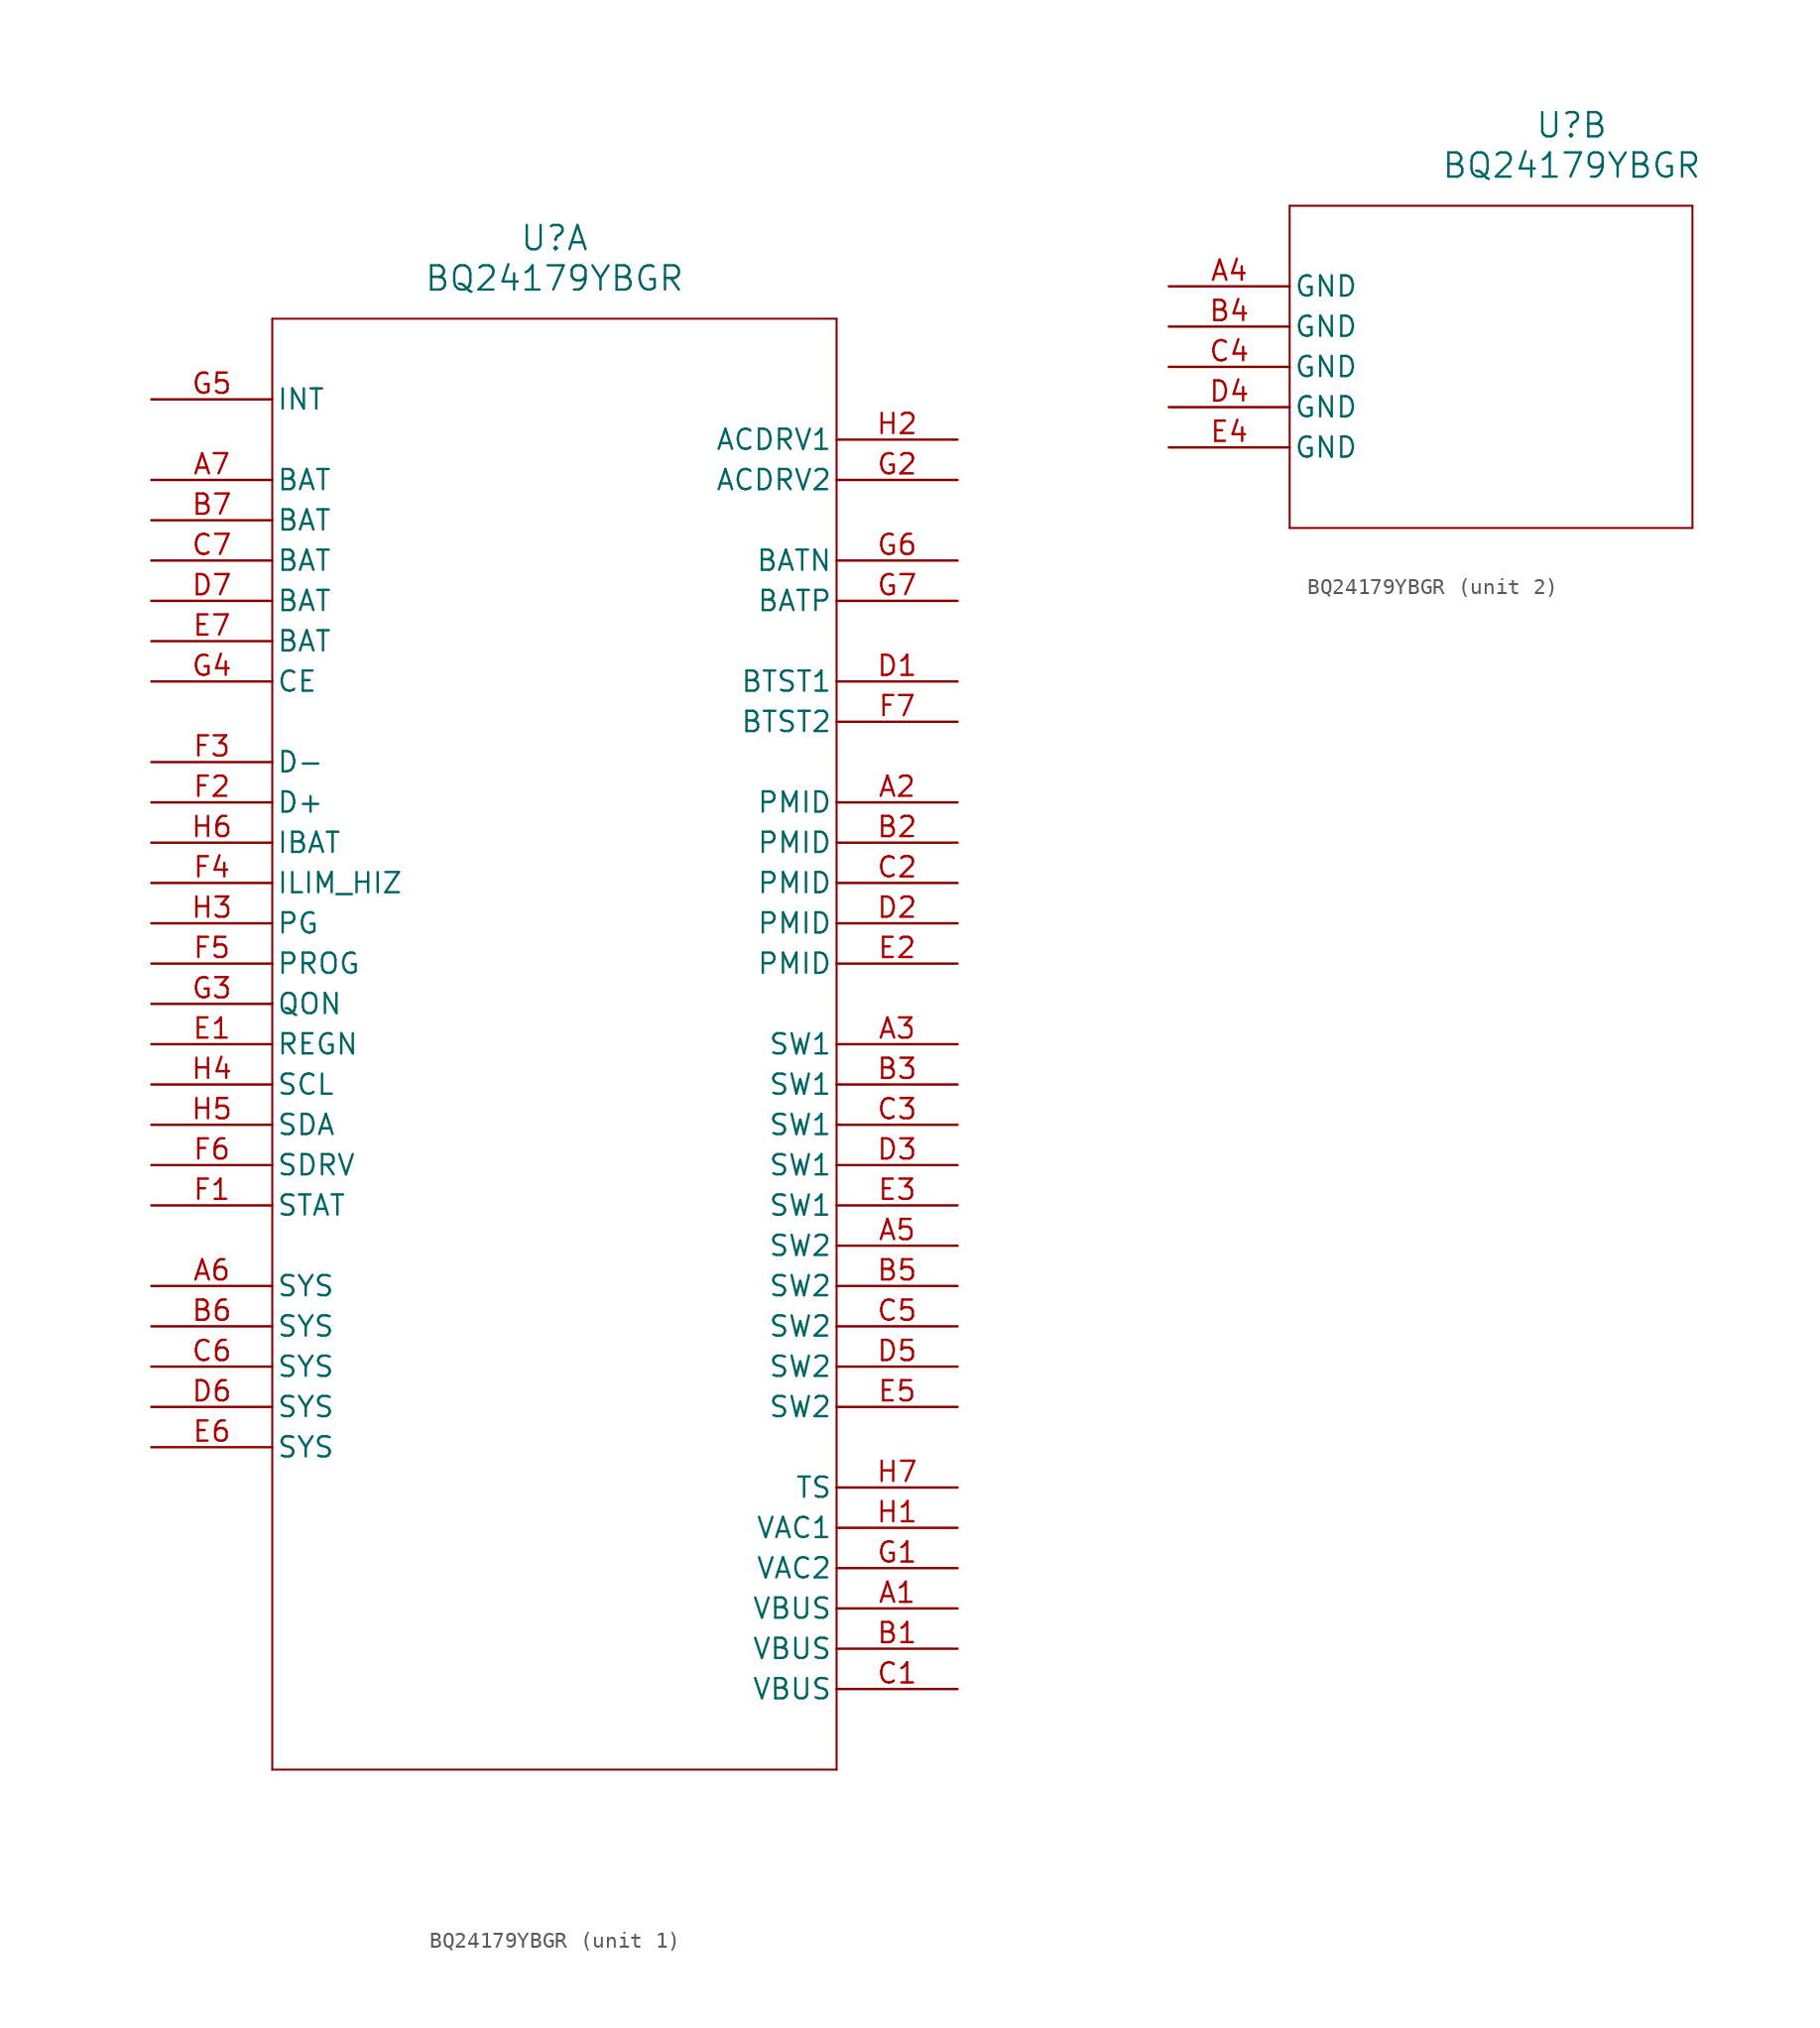
<source format=kicad_sym>
(kicad_symbol_lib
  (version 20211014)
  (generator kicad_symbol_editor)
  (symbol "BQ24179YBGR"
    (pin_names
      (offset 0.254))
    (property "Reference" "U"
      (at 25.4 10.16 0)
      (effects (font (size 1.524 1.524))))
    (property "Value" "BQ24179YBGR"
      (at 25.4 7.62 0)
      (effects (font (size 1.524 1.524))))
    (symbol "BQ24179YBGR_1_1"
      (polyline (pts (xy 7.62 5.08) (xy 7.62 -86.36)) (stroke (width 0.127) (type default) (color 0 0 0 0)) (fill (type none)))
      (polyline (pts (xy 7.62 -86.36) (xy 43.18 -86.36)) (stroke (width 0.127) (type default) (color 0 0 0 0)) (fill (type none)))
      (polyline (pts (xy 43.18 -86.36) (xy 43.18 5.08)) (stroke (width 0.127) (type default) (color 0 0 0 0)) (fill (type none)))
      (polyline (pts (xy 43.18 5.08) (xy 7.62 5.08)) (stroke (width 0.127) (type default) (color 0 0 0 0)) (fill (type none)))
      (pin unspecified line (at 50.8 -76.2 180) (length 7.62) (name "VBUS" (effects (font (size 1.27 1.27)))) (number "A1" (effects (font (size 1.27 1.27)))))
      (pin unspecified line (at 50.8 -25.4 180) (length 7.62) (name "PMID" (effects (font (size 1.27 1.27)))) (number "A2" (effects (font (size 1.27 1.27)))))
      (pin bidirectional line (at 50.8 -40.64 180) (length 7.62) (name "SW1" (effects (font (size 1.27 1.27)))) (number "A3" (effects (font (size 1.27 1.27)))))
      (pin bidirectional line (at 50.8 -53.34 180) (length 7.62) (name "SW2" (effects (font (size 1.27 1.27)))) (number "A5" (effects (font (size 1.27 1.27)))))
      (pin unspecified line (at 0 -55.88 0) (length 7.62) (name "SYS" (effects (font (size 1.27 1.27)))) (number "A6" (effects (font (size 1.27 1.27)))))
      (pin unspecified line (at 0 -5.08 0) (length 7.62) (name "BAT" (effects (font (size 1.27 1.27)))) (number "A7" (effects (font (size 1.27 1.27)))))
      (pin unspecified line (at 50.8 -78.74 180) (length 7.62) (name "VBUS" (effects (font (size 1.27 1.27)))) (number "B1" (effects (font (size 1.27 1.27)))))
      (pin unspecified line (at 50.8 -27.94 180) (length 7.62) (name "PMID" (effects (font (size 1.27 1.27)))) (number "B2" (effects (font (size 1.27 1.27)))))
      (pin bidirectional line (at 50.8 -43.18 180) (length 7.62) (name "SW1" (effects (font (size 1.27 1.27)))) (number "B3" (effects (font (size 1.27 1.27)))))
      (pin bidirectional line (at 50.8 -55.88 180) (length 7.62) (name "SW2" (effects (font (size 1.27 1.27)))) (number "B5" (effects (font (size 1.27 1.27)))))
      (pin unspecified line (at 0 -58.42 0) (length 7.62) (name "SYS" (effects (font (size 1.27 1.27)))) (number "B6" (effects (font (size 1.27 1.27)))))
      (pin unspecified line (at 0 -7.62 0) (length 7.62) (name "BAT" (effects (font (size 1.27 1.27)))) (number "B7" (effects (font (size 1.27 1.27)))))
      (pin unspecified line (at 50.8 -81.28 180) (length 7.62) (name "VBUS" (effects (font (size 1.27 1.27)))) (number "C1" (effects (font (size 1.27 1.27)))))
      (pin unspecified line (at 50.8 -30.48 180) (length 7.62) (name "PMID" (effects (font (size 1.27 1.27)))) (number "C2" (effects (font (size 1.27 1.27)))))
      (pin bidirectional line (at 50.8 -45.72 180) (length 7.62) (name "SW1" (effects (font (size 1.27 1.27)))) (number "C3" (effects (font (size 1.27 1.27)))))
      (pin bidirectional line (at 50.8 -58.42 180) (length 7.62) (name "SW2" (effects (font (size 1.27 1.27)))) (number "C5" (effects (font (size 1.27 1.27)))))
      (pin unspecified line (at 0 -60.96 0) (length 7.62) (name "SYS" (effects (font (size 1.27 1.27)))) (number "C6" (effects (font (size 1.27 1.27)))))
      (pin unspecified line (at 0 -10.16 0) (length 7.62) (name "BAT" (effects (font (size 1.27 1.27)))) (number "C7" (effects (font (size 1.27 1.27)))))
      (pin bidirectional line (at 50.8 -17.78 180) (length 7.62) (name "BTST1" (effects (font (size 1.27 1.27)))) (number "D1" (effects (font (size 1.27 1.27)))))
      (pin unspecified line (at 50.8 -33.02 180) (length 7.62) (name "PMID" (effects (font (size 1.27 1.27)))) (number "D2" (effects (font (size 1.27 1.27)))))
      (pin bidirectional line (at 50.8 -48.26 180) (length 7.62) (name "SW1" (effects (font (size 1.27 1.27)))) (number "D3" (effects (font (size 1.27 1.27)))))
      (pin bidirectional line (at 50.8 -60.96 180) (length 7.62) (name "SW2" (effects (font (size 1.27 1.27)))) (number "D5" (effects (font (size 1.27 1.27)))))
      (pin unspecified line (at 0 -63.5 0) (length 7.62) (name "SYS" (effects (font (size 1.27 1.27)))) (number "D6" (effects (font (size 1.27 1.27)))))
      (pin unspecified line (at 0 -12.7 0) (length 7.62) (name "BAT" (effects (font (size 1.27 1.27)))) (number "D7" (effects (font (size 1.27 1.27)))))
      (pin unspecified line (at 0 -40.64 0) (length 7.62) (name "REGN" (effects (font (size 1.27 1.27)))) (number "E1" (effects (font (size 1.27 1.27)))))
      (pin unspecified line (at 50.8 -35.56 180) (length 7.62) (name "PMID" (effects (font (size 1.27 1.27)))) (number "E2" (effects (font (size 1.27 1.27)))))
      (pin bidirectional line (at 50.8 -50.8 180) (length 7.62) (name "SW1" (effects (font (size 1.27 1.27)))) (number "E3" (effects (font (size 1.27 1.27)))))
      (pin bidirectional line (at 50.8 -63.5 180) (length 7.62) (name "SW2" (effects (font (size 1.27 1.27)))) (number "E5" (effects (font (size 1.27 1.27)))))
      (pin unspecified line (at 0 -66.04 0) (length 7.62) (name "SYS" (effects (font (size 1.27 1.27)))) (number "E6" (effects (font (size 1.27 1.27)))))
      (pin unspecified line (at 0 -15.24 0) (length 7.62) (name "BAT" (effects (font (size 1.27 1.27)))) (number "E7" (effects (font (size 1.27 1.27)))))
      (pin unspecified line (at 0 -50.8 0) (length 7.62) (name "STAT" (effects (font (size 1.27 1.27)))) (number "F1" (effects (font (size 1.27 1.27)))))
      (pin unspecified line (at 0 -25.4 0) (length 7.62) (name "D+" (effects (font (size 1.27 1.27)))) (number "F2" (effects (font (size 1.27 1.27)))))
      (pin unspecified line (at 0 -22.86 0) (length 7.62) (name "D-" (effects (font (size 1.27 1.27)))) (number "F3" (effects (font (size 1.27 1.27)))))
      (pin unspecified line (at 0 -30.48 0) (length 7.62) (name "ILIM_HIZ" (effects (font (size 1.27 1.27)))) (number "F4" (effects (font (size 1.27 1.27)))))
      (pin unspecified line (at 0 -35.56 0) (length 7.62) (name "PROG" (effects (font (size 1.27 1.27)))) (number "F5" (effects (font (size 1.27 1.27)))))
      (pin unspecified line (at 0 -48.26 0) (length 7.62) (name "SDRV" (effects (font (size 1.27 1.27)))) (number "F6" (effects (font (size 1.27 1.27)))))
      (pin bidirectional line (at 50.8 -20.32 180) (length 7.62) (name "BTST2" (effects (font (size 1.27 1.27)))) (number "F7" (effects (font (size 1.27 1.27)))))
      (pin bidirectional line (at 50.8 -73.66 180) (length 7.62) (name "VAC2" (effects (font (size 1.27 1.27)))) (number "G1" (effects (font (size 1.27 1.27)))))
      (pin bidirectional line (at 50.8 -5.08 180) (length 7.62) (name "ACDRV2" (effects (font (size 1.27 1.27)))) (number "G2" (effects (font (size 1.27 1.27)))))
      (pin unspecified line (at 0 -38.1 0) (length 7.62) (name "QON" (effects (font (size 1.27 1.27)))) (number "G3" (effects (font (size 1.27 1.27)))))
      (pin unspecified line (at 0 -17.78 0) (length 7.62) (name "CE" (effects (font (size 1.27 1.27)))) (number "G4" (effects (font (size 1.27 1.27)))))
      (pin input line (at 0 0 0) (length 7.62) (name "INT" (effects (font (size 1.27 1.27)))) (number "G5" (effects (font (size 1.27 1.27)))))
      (pin unspecified line (at 50.8 -10.16 180) (length 7.62) (name "BATN" (effects (font (size 1.27 1.27)))) (number "G6" (effects (font (size 1.27 1.27)))))
      (pin unspecified line (at 50.8 -12.7 180) (length 7.62) (name "BATP" (effects (font (size 1.27 1.27)))) (number "G7" (effects (font (size 1.27 1.27)))))
      (pin bidirectional line (at 50.8 -71.12 180) (length 7.62) (name "VAC1" (effects (font (size 1.27 1.27)))) (number "H1" (effects (font (size 1.27 1.27)))))
      (pin bidirectional line (at 50.8 -2.54 180) (length 7.62) (name "ACDRV1" (effects (font (size 1.27 1.27)))) (number "H2" (effects (font (size 1.27 1.27)))))
      (pin unspecified line (at 0 -33.02 0) (length 7.62) (name "PG" (effects (font (size 1.27 1.27)))) (number "H3" (effects (font (size 1.27 1.27)))))
      (pin unspecified line (at 0 -43.18 0) (length 7.62) (name "SCL" (effects (font (size 1.27 1.27)))) (number "H4" (effects (font (size 1.27 1.27)))))
      (pin unspecified line (at 0 -45.72 0) (length 7.62) (name "SDA" (effects (font (size 1.27 1.27)))) (number "H5" (effects (font (size 1.27 1.27)))))
      (pin unspecified line (at 0 -27.94 0) (length 7.62) (name "IBAT" (effects (font (size 1.27 1.27)))) (number "H6" (effects (font (size 1.27 1.27)))))
      (pin unspecified line (at 50.8 -68.58 180) (length 7.62) (name "TS" (effects (font (size 1.27 1.27)))) (number "H7" (effects (font (size 1.27 1.27))))))
    (symbol "BQ24179YBGR_2_1"
      (polyline (pts (xy 7.62 5.08) (xy 7.62 -15.24)) (stroke (width 0.127) (type default) (color 0 0 0 0)) (fill (type none)))
      (polyline (pts (xy 7.62 -15.24) (xy 33.02 -15.24)) (stroke (width 0.127) (type default) (color 0 0 0 0)) (fill (type none)))
      (polyline (pts (xy 33.02 -15.24) (xy 33.02 5.08)) (stroke (width 0.127) (type default) (color 0 0 0 0)) (fill (type none)))
      (polyline (pts (xy 33.02 5.08) (xy 7.62 5.08)) (stroke (width 0.127) (type default) (color 0 0 0 0)) (fill (type none)))
      (pin power_out line (at 0 0 0) (length 7.62) (name "GND" (effects (font (size 1.27 1.27)))) (number "A4" (effects (font (size 1.27 1.27)))))
      (pin power_out line (at 0 -2.54 0) (length 7.62) (name "GND" (effects (font (size 1.27 1.27)))) (number "B4" (effects (font (size 1.27 1.27)))))
      (pin power_out line (at 0 -5.08 0) (length 7.62) (name "GND" (effects (font (size 1.27 1.27)))) (number "C4" (effects (font (size 1.27 1.27)))))
      (pin power_out line (at 0 -7.62 0) (length 7.62) (name "GND" (effects (font (size 1.27 1.27)))) (number "D4" (effects (font (size 1.27 1.27)))))
      (pin power_out line (at 0 -10.16 0) (length 7.62) (name "GND" (effects (font (size 1.27 1.27)))) (number "E4" (effects (font (size 1.27 1.27))))))))
</source>
